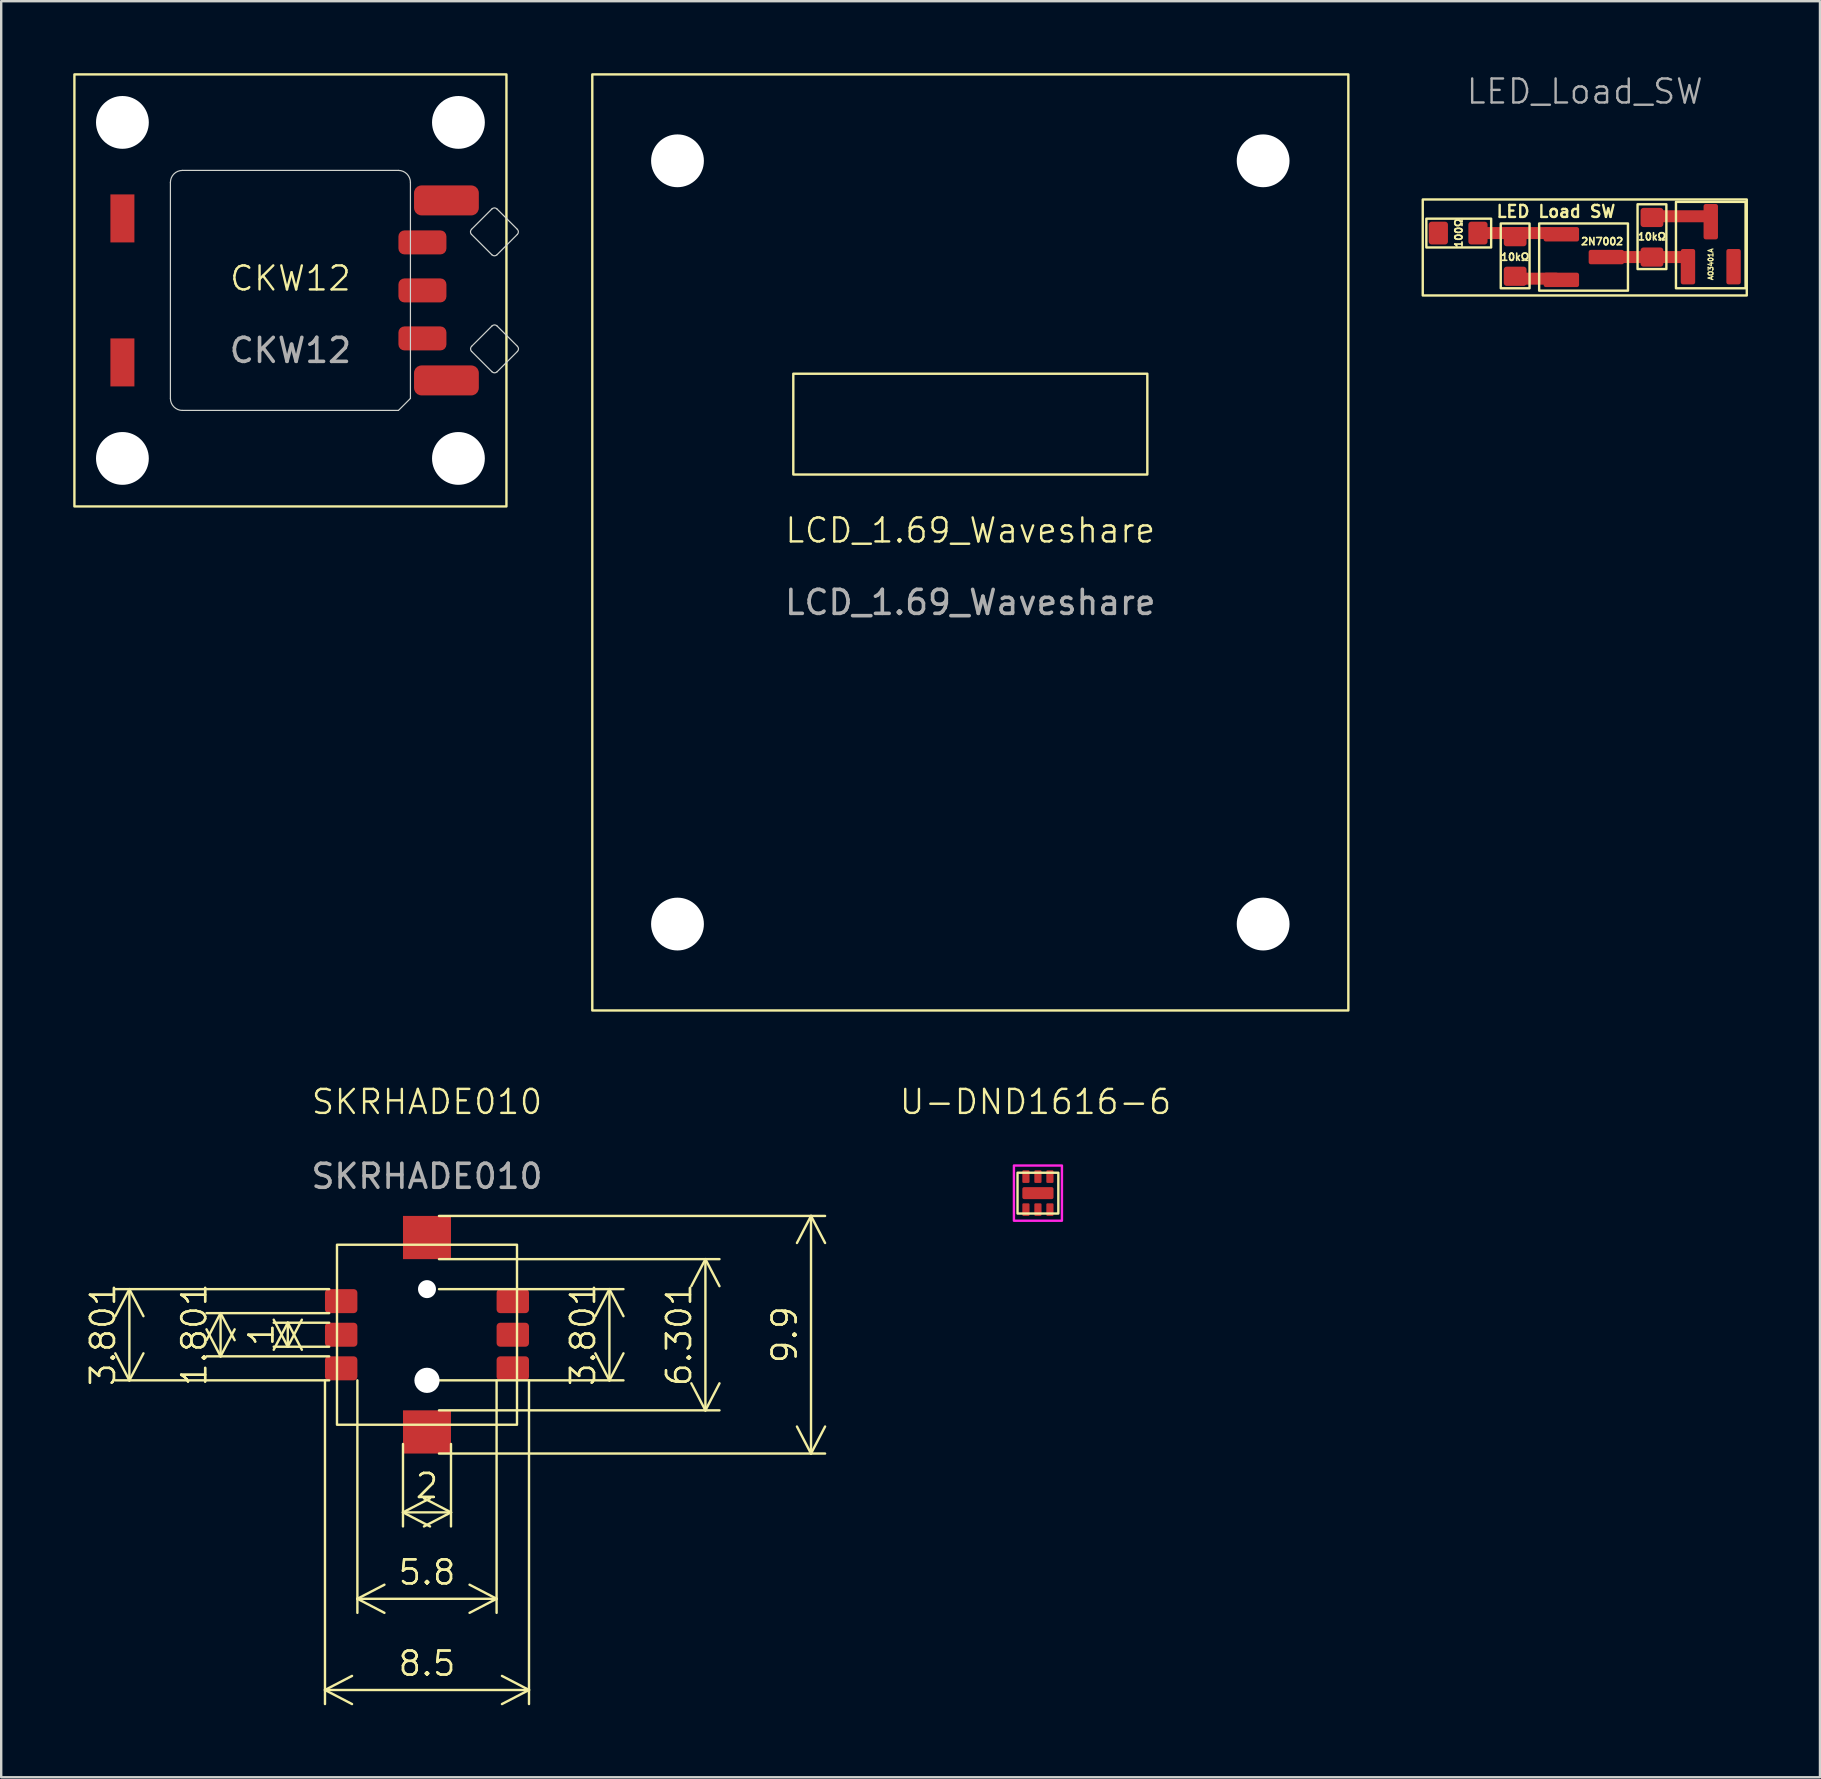
<source format=kicad_pcb>
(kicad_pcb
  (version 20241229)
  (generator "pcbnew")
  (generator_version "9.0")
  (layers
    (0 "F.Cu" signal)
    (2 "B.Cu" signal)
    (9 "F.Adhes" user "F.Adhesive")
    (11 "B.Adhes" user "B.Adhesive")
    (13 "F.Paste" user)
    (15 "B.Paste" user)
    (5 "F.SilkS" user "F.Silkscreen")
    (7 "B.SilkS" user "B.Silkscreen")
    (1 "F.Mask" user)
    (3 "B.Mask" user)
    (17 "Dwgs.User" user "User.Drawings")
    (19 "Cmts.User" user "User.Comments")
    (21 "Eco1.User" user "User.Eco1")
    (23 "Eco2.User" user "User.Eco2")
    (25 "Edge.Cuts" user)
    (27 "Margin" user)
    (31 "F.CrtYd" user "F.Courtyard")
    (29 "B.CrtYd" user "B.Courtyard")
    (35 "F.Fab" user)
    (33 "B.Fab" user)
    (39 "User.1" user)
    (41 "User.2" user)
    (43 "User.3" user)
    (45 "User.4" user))
  (footprint "LCD_1.69_Waveshare"
    (layer "F.Cu")
    (at 37.377 19.55)
    (property "Reference" "LCD_1.69_Waveshare" (at 0 -0.5 0) (unlocked yes) (layer "F.SilkS") (effects (font (size 1 1) (thickness 0.1))))
    (attr smd)
    (fp_rect (start -15.75 -19.5) (end 15.75 19.5) (stroke (width 0.1) (type solid)) (fill no) (layer "F.SilkS"))
    (fp_rect (start -7.375 -7.03) (end 7.375 -2.83) (stroke (width 0.1) (type solid)) (fill no) (layer "F.SilkS"))
    (fp_text user "${REFERENCE}" (at 0 2.5 0) (unlocked yes) (layer "F.Fab") (effects (font (size 1 1) (thickness 0.15))))
    (pad "" np_thru_hole circle (at -12.2 -15.9) (size 2.2 2.2) (drill 2.2) (layers "*.Cu" "*.Mask"))
    (pad "" np_thru_hole circle (at -12.2 15.9) (size 2.2 2.2) (drill 2.2) (layers "*.Cu" "*.Mask"))
    (pad "" np_thru_hole circle (at 12.2 -15.9) (size 2.2 2.2) (drill 2.2) (layers "*.Cu" "*.Mask"))
    (pad "" np_thru_hole circle (at 12.2 15.9) (size 2.2 2.2) (drill 2.2) (layers "*.Cu" "*.Mask")))
  (footprint "U-DND1616-6"
    (layer "F.Cu")
    (at 40.194 46.66)
    (property "Reference" "U-DND1616-6" (at -0.1 -3.8 0) (unlocked yes) (layer "F.SilkS") (effects (font (size 1 1) (thickness 0.1))))
    (attr smd)
    (fp_rect (start -0.85 -0.85) (end 0.85 0.85) (stroke (width 0.1) (type default)) (fill no) (layer "F.SilkS"))
    (fp_rect (start -1 -1.15) (end 1 1.15) (stroke (width 0.1) (type solid)) (fill no) (layer "F.CrtYd"))
    (pad "1" smd roundrect (at -0.5 -0.688 180) (size 0.3 0.525) (layers "F.Cu" "F.Mask" "F.Paste") (roundrect_rratio 0.15))
    (pad "2" smd roundrect (at 0 -0.688 180) (size 0.3 0.525) (layers "F.Cu" "F.Mask" "F.Paste") (roundrect_rratio 0.15))
    (pad "3" smd roundrect (at 0.5 -0.688 180) (size 0.3 0.525) (layers "F.Cu" "F.Mask" "F.Paste") (roundrect_rratio 0.15))
    (pad "4" smd roundrect (at -0.5 0.688 180) (size 0.3 0.525) (layers "F.Cu" "F.Mask" "F.Paste") (roundrect_rratio 0.15))
    (pad "5" smd roundrect (at 0 0.687 180) (size 0.3 0.525) (layers "F.Cu" "F.Mask" "F.Paste") (roundrect_rratio 0.15))
    (pad "6" smd roundrect (at 0 0 180) (size 1.3 0.5) (layers "F.Cu" "F.Mask" "F.Paste") (roundrect_rratio 0.15))
    (pad "6" smd roundrect (at 0.5 0.688 180) (size 0.3 0.525) (layers "F.Cu" "F.Mask" "F.Paste") (roundrect_rratio 0.15))
    (zone (net_name "") (layer "F.SilkS") (hatch edge 0.5) (connect_pads) (min_thickness 0.25) (filled_areas_thickness no) (keepout (tracks allowed) (vias allowed) (pads not_allowed) (copperpour allowed) (footprints not_allowed)) (placement (enabled no)) (fill) (polygon (pts (xy 39.194 45.511) (xy 41.194 45.511) (xy 41.194 47.81) (xy 39.194 47.81)))))
  (footprint "LED_Load_SW"
    (layer "F.Cu")
    (at 62.977 7.261)
    (property "Reference" "LED_Load_SW" (at 0 -6.5 0) (unlocked yes) (layer "F.Fab") (effects (font (size 1 1) (thickness 0.1))))
    (attr smd)
    (fp_rect (start -6.75 -2) (end 6.75 2) (stroke (width 0.1) (type solid)) (fill no) (layer "F.SilkS"))
    (fp_rect (start -6.6 -1.2) (end -3.9 0) (stroke (width 0.1) (type default)) (fill no) (layer "F.SilkS"))
    (fp_rect (start -3.5 -1) (end -2.3 1.7) (stroke (width 0.1) (type default)) (fill no) (layer "F.SilkS"))
    (fp_rect (start -1.9 -1) (end 1.8 1.8) (stroke (width 0.1) (type default)) (fill no) (layer "F.SilkS"))
    (fp_rect (start 2.2 -1.8) (end 3.4 0.9) (stroke (width 0.1) (type default)) (fill no) (layer "F.SilkS"))
    (fp_rect (start 3.8 -1.9) (end 6.7 1.7) (stroke (width 0.1) (type default)) (fill no) (layer "F.SilkS"))
    (fp_text user "10kΩ" (at -2.9 0.4 0) (unlocked yes) (layer "F.SilkS") (effects (font (size 0.3 0.3) (thickness 0.07) (bold yes))))
    (fp_text user "100Ω" (at -5.25 -0.6 90) (unlocked yes) (layer "F.SilkS") (effects (font (size 0.3 0.3) (thickness 0.07) (bold yes))))
    (fp_text user "LED Load SW" (at -1.2 -1.5 0) (unlocked yes) (layer "F.SilkS") (effects (font (size 0.5 0.5) (thickness 0.1) (bold yes))))
    (fp_text user "10kΩ" (at 2.8 -0.45 0) (unlocked yes) (layer "F.SilkS") (effects (font (size 0.3 0.3) (thickness 0.07) (bold yes))))
    (fp_text user "2N7002" (at 0.725 -0.25 0) (unlocked yes) (layer "F.SilkS") (effects (font (size 0.3 0.3) (thickness 0.07) (bold yes))))
    (fp_text user "AO3401A" (at 5.25 0.7 90) (unlocked yes) (layer "F.SilkS") (effects (font (size 0.2 0.2) (thickness 0.05) (bold yes))))
    (pad "" smd roundrect (at -4.45 -0.6) (size 0.8 0.95) (layers "F.Cu" "F.Mask" "F.Paste") (roundrect_rratio 0.15))
    (pad "" smd roundrect (at -2.9 -0.6) (size 3 0.5) (layers "F.Cu" "F.Mask" "F.Paste") (roundrect_rratio 0.15))
    (pad "" smd roundrect (at -2.9 -0.45 270) (size 0.8 0.95) (layers "F.Cu" "F.Mask" "F.Paste") (roundrect_rratio 0.15))
    (pad "" smd roundrect (at -2.9 1.2 270) (size 0.8 0.95) (layers "F.Cu" "F.Mask" "F.Paste") (roundrect_rratio 0.15))
    (pad "" smd roundrect (at -2.1 1.3) (size 2 0.5) (layers "F.Cu" "F.Mask" "F.Paste") (roundrect_rratio 0.15))
    (pad "" smd roundrect (at -0.975 -0.55) (size 1.475 0.6) (layers "F.Cu" "F.Mask" "F.Paste") (roundrect_rratio 0.15))
    (pad "" smd roundrect (at -0.975 1.35) (size 1.475 0.6) (layers "F.Cu" "F.Mask" "F.Paste") (roundrect_rratio 0.15))
    (pad "" smd roundrect (at 0.9 0.4) (size 1.475 0.6) (layers "F.Cu" "F.Mask" "F.Paste") (roundrect_rratio 0.15))
    (pad "" smd roundrect (at 2.8 -1.25 270) (size 0.8 0.95) (layers "F.Cu" "F.Mask" "F.Paste") (roundrect_rratio 0.15))
    (pad "" smd roundrect (at 2.8 0.4 270) (size 0.8 0.95) (layers "F.Cu" "F.Mask" "F.Paste") (roundrect_rratio 0.15))
    (pad "" smd roundrect (at 2.8 0.4) (size 3 0.5) (layers "F.Cu" "F.Mask" "F.Paste") (roundrect_rratio 0.15))
    (pad "" smd roundrect (at 4 -1.3) (size 3 0.5) (layers "F.Cu" "F.Mask" "F.Paste") (roundrect_rratio 0.15))
    (pad "" smd roundrect (at 4.3 0.8 90) (size 1.475 0.6) (layers "F.Cu" "F.Mask" "F.Paste") (roundrect_rratio 0.15))
    (pad "1" smd roundrect (at -6.1 -0.6) (size 0.8 0.95) (layers "F.Cu" "F.Mask" "F.Paste") (roundrect_rratio 0.15))
    (pad "2" smd roundrect (at 5.25 -1.075 90) (size 1.475 0.6) (layers "F.Cu" "F.Mask" "F.Paste") (roundrect_rratio 0.15))
    (pad "3" smd roundrect (at 6.2 0.8 90) (size 1.475 0.6) (layers "F.Cu" "F.Mask" "F.Paste") (roundrect_rratio 0.15)))
  (footprint "SKRHADE010"
    (layer "F.Cu")
    (at 14.74 52.56)
    (property "Reference" "SKRHADE010" (at 0 -9.7 0) (unlocked yes) (layer "F.SilkS") (effects (font (size 1 1) (thickness 0.1))))
    (attr smd)
    (fp_rect (start -3.75 -3.75) (end 3.75 3.75) (stroke (width 0.1) (type solid)) (fill no) (layer "F.SilkS"))
    (fp_text user "${REFERENCE}" (at 0 -6.6 0) (unlocked yes) (layer "F.Fab") (effects (font (size 1 1) (thickness 0.15))))
    (dimension (type orthogonal) (layer "F.SilkS") (pts (xy 11.84 53.961) (xy 17.64 53.961)) (height 9.6) (orientation 0) (format (prefix "") (suffix "") (units 3) (units_format 0) (precision 4) (suppress_zeroes yes)) (style (thickness 0.1) (arrow_length 1.27) (text_position_mode 0) (arrow_direction outward) (extension_height 0.586) (extension_offset 0.5) (keep_text_aligned yes)) (gr_text "5.8" (at 14.74 62.461 0) (layer "F.SilkS") (effects (font (size 1 1) (thickness 0.1)))))
    (dimension (type orthogonal) (layer "F.SilkS") (pts (xy 10.49 53.961) (xy 18.99 53.961)) (height 13.4) (orientation 0) (format (prefix "") (suffix "") (units 3) (units_format 0) (precision 4) (suppress_zeroes yes)) (style (thickness 0.1) (arrow_length 1.27) (text_position_mode 0) (arrow_direction outward) (extension_height 0.586) (extension_offset 0.5) (keep_text_aligned yes)) (gr_text "8.5" (at 14.74 66.26 0) (layer "F.SilkS") (effects (font (size 1 1) (thickness 0.1)))))
    (dimension (type orthogonal) (layer "F.SilkS") (pts (xy 14.74 57.511) (xy 14.74 47.611)) (height 16) (orientation 1) (format (prefix "") (suffix "") (units 3) (units_format 0) (precision 4) (suppress_zeroes yes)) (style (thickness 0.1) (arrow_length 1.27) (text_position_mode 0) (arrow_direction outward) (extension_height 0.586) (extension_offset 0.5) (keep_text_aligned yes)) (gr_text "9.9" (at 29.64 52.56 90) (layer "F.SilkS") (effects (font (size 1 1) (thickness 0.1)))))
    (dimension (type orthogonal) (layer "F.SilkS") (pts (xy 11.165 51.66) (xy 11.165 53.461)) (height -5.025) (orientation 1) (format (prefix "") (suffix "") (units 3) (units_format 0) (precision 4) (suppress_zeroes yes)) (style (thickness 0.1) (arrow_length 1.27) (text_position_mode 0) (arrow_direction outward) (extension_height 0.586) (extension_offset 0.5) (keep_text_aligned yes)) (gr_text "1.8" (at 5.04 52.56 90) (layer "F.SilkS") (effects (font (size 1 1) (thickness 0.1)))))
    (dimension (type orthogonal) (layer "F.SilkS") (pts (xy 14.74 49.41) (xy 14.74 55.711)) (height 11.6) (orientation 1) (format (prefix "") (suffix "") (units 3) (units_format 0) (precision 4) (suppress_zeroes yes)) (style (thickness 0.1) (arrow_length 1.27) (text_position_mode 0) (arrow_direction outward) (extension_height 0.586) (extension_offset 0.5) (keep_text_aligned yes)) (gr_text "6.3" (at 25.24 52.56 90) (layer "F.SilkS") (effects (font (size 1 1) (thickness 0.1)))))
    (dimension (type orthogonal) (layer "F.SilkS") (pts (xy 11.165 50.66) (xy 11.165 54.461)) (height -8.825) (orientation 1) (format (prefix "") (suffix "") (units 3) (units_format 0) (precision 4) (suppress_zeroes yes)) (style (thickness 0.1) (arrow_length 1.27) (text_position_mode 0) (arrow_direction outward) (extension_height 0.586) (extension_offset 0.5) (keep_text_aligned yes)) (gr_text "3.8" (at 1.24 52.56 90) (layer "F.SilkS") (effects (font (size 1 1) (thickness 0.1)))))
    (dimension (type orthogonal) (layer "F.SilkS") (pts (xy 14.74 50.66) (xy 14.74 54.461)) (height 7.6) (orientation 1) (format (prefix "") (suffix "") (units 3) (units_format 0) (precision 4) (suppress_zeroes yes)) (style (thickness 0.1) (arrow_length 1.27) (text_position_mode 0) (arrow_direction outward) (extension_height 0.586) (extension_offset 0.5) (keep_text_aligned yes)) (gr_text "3.8" (at 21.24 52.56 90) (layer "F.SilkS") (effects (font (size 1 1) (thickness 0.1)))))
    (dimension (type orthogonal) (layer "F.SilkS") (pts (xy 13.74 56.611) (xy 15.74 56.611)) (height 3.35) (orientation 0) (format (prefix "") (suffix "") (units 3) (units_format 0) (precision 4) (suppress_zeroes yes)) (style (thickness 0.1) (arrow_length 1.27) (text_position_mode 0) (arrow_direction outward) (extension_height 0.586) (extension_offset 0.5) (keep_text_aligned yes)) (gr_text "2" (at 14.74 58.861 0) (layer "F.SilkS") (effects (font (size 1 1) (thickness 0.1)))))
    (dimension (type orthogonal) (layer "F.SilkS") (pts (xy 11.165 52.06) (xy 11.165 53.06)) (height -2.225) (orientation 1) (format (prefix "") (suffix "") (units 3) (units_format 0) (precision 4) (suppress_zeroes yes)) (style (thickness 0.1) (arrow_length 1.27) (text_position_mode 0) (arrow_direction outward) (extension_height 0.586) (extension_offset 0.5) (keep_text_aligned yes)) (gr_text "1" (at 7.84 52.56 90) (layer "F.SilkS") (effects (font (size 1 1) (thickness 0.1)))))
    (pad "" smd rect (at 0 -4.05) (size 2 1.8) (layers "F.Cu" "F.Mask" "F.Paste"))
    (pad "" np_thru_hole circle (at 0 -1.9) (size 0.75 0.75) (drill 0.75) (layers "*.Cu" "*.Mask"))
    (pad "" np_thru_hole circle (at 0 1.9) (size 1.05 1.05) (drill 1.05) (layers "*.Cu" "*.Mask"))
    (pad "" smd rect (at 0 4.05) (size 2 1.8) (layers "F.Cu" "F.Mask" "F.Paste"))
    (pad "1" smd roundrect (at -3.575 -1.4) (size 1.35 1) (layers "F.Cu" "F.Mask" "F.Paste") (roundrect_rratio 0.15))
    (pad "2" smd roundrect (at -3.575 0) (size 1.35 1) (layers "F.Cu" "F.Mask" "F.Paste") (roundrect_rratio 0.15))
    (pad "3" smd roundrect (at -3.575 1.4) (size 1.35 1) (layers "F.Cu" "F.Mask" "F.Paste") (roundrect_rratio 0.15))
    (pad "4" smd roundrect (at 3.575 -1.4) (size 1.35 1) (layers "F.Cu" "F.Mask" "F.Paste") (roundrect_rratio 0.15))
    (pad "5" smd roundrect (at 3.575 0) (size 1.35 1) (layers "F.Cu" "F.Mask" "F.Paste") (roundrect_rratio 0.15))
    (pad "6" smd roundrect (at 3.575 1.4) (size 1.35 1) (layers "F.Cu" "F.Mask" "F.Paste") (roundrect_rratio 0.15)))
  (footprint "CKW12"
    (layer "F.Cu")
    (at 9.05 9.05)
    (property "Reference" "CKW12" (at 0 -0.5 0) (unlocked yes) (layer "F.SilkS") (effects (font (size 1 1) (thickness 0.1))))
    (attr smd)
    (fp_rect (start -9 -9) (end 9 9) (stroke (width 0.1) (type solid)) (fill no) (layer "F.SilkS"))
    (fp_line (start -5 4.5) (end -5 -4.5) (stroke (width 0.05) (type solid)) (layer "Edge.Cuts"))
    (fp_line (start -4.5 -5) (end 4.5 -5) (stroke (width 0.05) (type solid)) (layer "Edge.Cuts"))
    (fp_line (start -4.5 5) (end 4.5 5) (stroke (width 0.05) (type solid)) (layer "Edge.Cuts"))
    (fp_line (start 4.5 5) (end 5 4.5) (stroke (width 0.05) (type default)) (layer "Edge.Cuts"))
    (fp_line (start 5 -4.5) (end 5 4.5) (stroke (width 0.05) (type solid)) (layer "Edge.Cuts"))
    (fp_line (start 7.545 -2.334) (end 8.394 -1.485) (stroke (width 0.05) (type default)) (layer "Edge.Cuts"))
    (fp_line (start 7.549 2.541) (end 8.398 3.39) (stroke (width 0.05) (type default)) (layer "Edge.Cuts"))
    (fp_line (start 8.394 -3.394) (end 7.545 -2.546) (stroke (width 0.05) (type solid)) (layer "Edge.Cuts"))
    (fp_line (start 8.398 1.481) (end 7.549 2.329) (stroke (width 0.05) (type solid)) (layer "Edge.Cuts"))
    (fp_line (start 8.606 -3.394) (end 9.454 -2.546) (stroke (width 0.05) (type default)) (layer "Edge.Cuts"))
    (fp_line (start 8.606 -1.485) (end 9.454 -2.334) (stroke (width 0.05) (type solid)) (layer "Edge.Cuts"))
    (fp_line (start 8.61 1.481) (end 9.459 2.329) (stroke (width 0.05) (type default)) (layer "Edge.Cuts"))
    (fp_line (start 8.61 3.39) (end 9.459 2.541) (stroke (width 0.05) (type solid)) (layer "Edge.Cuts"))
    (fp_arc (start -5 -4.5) (mid -4.853553 -4.853553) (end -4.5 -5) (stroke (width 0.05) (type default)) (layer "Edge.Cuts"))
    (fp_arc (start -4.5 5) (mid -4.853553 4.853553) (end -5 4.5) (stroke (width 0.05) (type default)) (layer "Edge.Cuts"))
    (fp_arc (start 4.5 -5) (mid 4.853553 -4.853553) (end 5 -4.5) (stroke (width 0.05) (type default)) (layer "Edge.Cuts"))
    (fp_arc (start 7.545076 -2.333604) (mid 7.501142 -2.43967) (end 7.545076 -2.545736) (stroke (width 0.05) (type default)) (layer "Edge.Cuts"))
    (fp_arc (start 7.54934 2.541472) (mid 7.505406 2.435406) (end 7.54934 2.32934) (stroke (width 0.05) (type default)) (layer "Edge.Cuts"))
    (fp_arc (start 8.393604 -3.394264) (mid 8.49967 -3.438198) (end 8.605736 -3.394264) (stroke (width 0.05) (type default)) (layer "Edge.Cuts"))
    (fp_arc (start 8.397868 1.480812) (mid 8.503934 1.436878) (end 8.61 1.480812) (stroke (width 0.05) (type default)) (layer "Edge.Cuts"))
    (fp_arc (start 8.605736 -1.485076) (mid 8.49967 -1.441142) (end 8.393604 -1.485076) (stroke (width 0.05) (type default)) (layer "Edge.Cuts"))
    (fp_arc (start 8.61 3.39) (mid 8.503934 3.433934) (end 8.397868 3.39) (stroke (width 0.05) (type default)) (layer "Edge.Cuts"))
    (fp_arc (start 9.454264 -2.545736) (mid 9.498198 -2.43967) (end 9.454264 -2.333604) (stroke (width 0.05) (type default)) (layer "Edge.Cuts"))
    (fp_arc (start 9.458528 2.32934) (mid 9.502462 2.435406) (end 9.458528 2.541472) (stroke (width 0.05) (type default)) (layer "Edge.Cuts"))
    (fp_text user "${REFERENCE}" (at 0 2.5 0) (unlocked yes) (layer "F.Fab") (effects (font (size 1 1) (thickness 0.15))))
    (pad "" np_thru_hole circle (at -7 -7 90) (size 2.2 2.2) (drill 2.2) (layers "*.Cu" "*.Mask"))
    (pad "" np_thru_hole circle (at -7 7 90) (size 2.2 2.2) (drill 2.2) (layers "*.Cu" "*.Mask"))
    (pad "" smd roundrect (at 6.5 -3.75) (size 2.7 1.25) (layers "F.Cu" "F.Mask" "F.Paste") (roundrect_rratio 0.25))
    (pad "" smd roundrect (at 6.5 3.75) (size 2.7 1.25) (layers "F.Cu" "F.Mask" "F.Paste") (roundrect_rratio 0.25))
    (pad "" np_thru_hole circle (at 7 -7 90) (size 2.2 2.2) (drill 2.2) (layers "*.Cu" "*.Mask"))
    (pad "" np_thru_hole circle (at 7 7 90) (size 2.2 2.2) (drill 2.2) (layers "*.Cu" "*.Mask"))
    (pad "A" smd roundrect (at 5.5 2) (size 2 1) (layers "F.Cu" "F.Mask" "F.Paste") (roundrect_rratio 0.25))
    (pad "B" smd roundrect (at 5.5 0) (size 2 1) (layers "F.Cu" "F.Mask" "F.Paste") (roundrect_rratio 0.25))
    (pad "C" smd roundrect (at 5.5 -2) (size 2 1) (layers "F.Cu" "F.Mask" "F.Paste") (roundrect_rratio 0.25))
    (pad "S1" smd rect (at -7 3 90) (size 2 1) (layers "F.Cu" "F.Mask" "F.Paste"))
    (pad "S2" smd rect (at -7 -3 90) (size 2 1) (layers "F.Cu" "F.Mask" "F.Paste")))
  (gr_rect
    (start -3 -3)
    (end 72.777 70.997)
    (stroke (width 0.1) (type default))
    (fill no)
    (layer "Edge.Cuts")))
</source>
